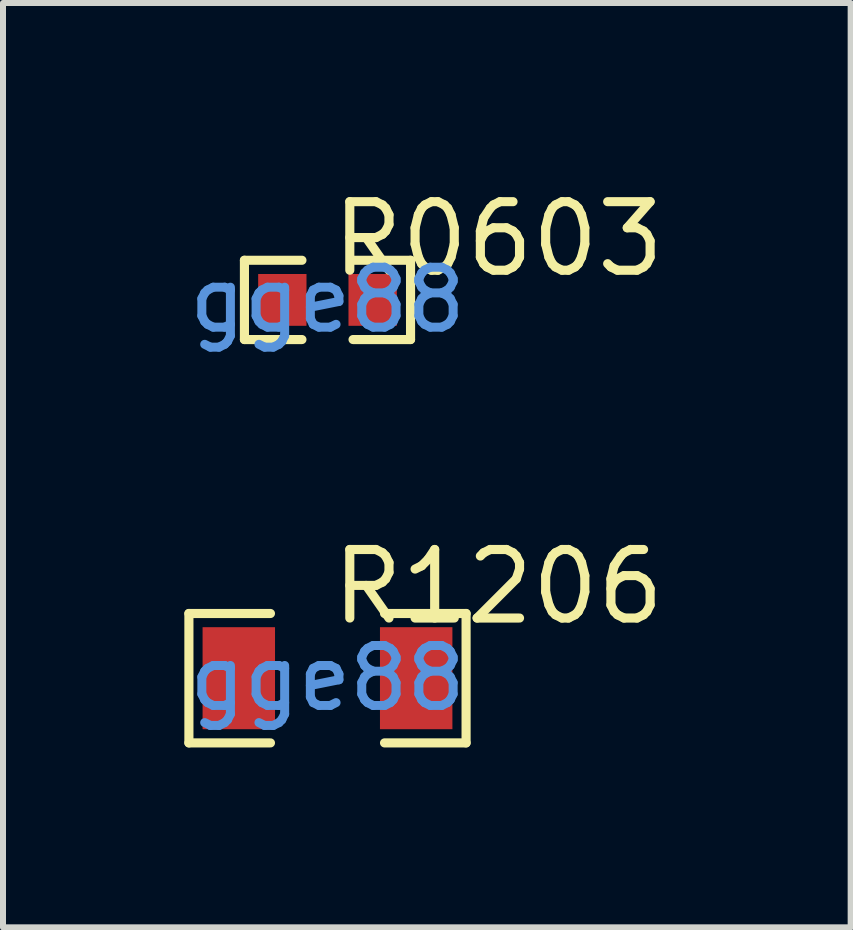
<source format=kicad_pcb>
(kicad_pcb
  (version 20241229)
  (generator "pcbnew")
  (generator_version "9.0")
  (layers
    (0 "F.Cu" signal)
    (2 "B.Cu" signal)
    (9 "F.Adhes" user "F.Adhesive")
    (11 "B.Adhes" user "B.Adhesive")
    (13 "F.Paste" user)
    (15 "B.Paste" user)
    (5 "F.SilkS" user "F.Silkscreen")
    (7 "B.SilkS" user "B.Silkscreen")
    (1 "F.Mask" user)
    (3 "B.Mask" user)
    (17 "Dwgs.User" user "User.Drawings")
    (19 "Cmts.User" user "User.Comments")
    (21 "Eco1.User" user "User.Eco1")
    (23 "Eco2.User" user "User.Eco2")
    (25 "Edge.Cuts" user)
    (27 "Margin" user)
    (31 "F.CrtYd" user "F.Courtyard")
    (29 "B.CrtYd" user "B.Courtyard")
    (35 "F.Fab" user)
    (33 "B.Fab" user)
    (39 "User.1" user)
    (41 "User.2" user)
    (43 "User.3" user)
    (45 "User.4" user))
  (footprint "R1206"
    (layer "F.Cu")
    (at 2.411 8.259)
    (property "Reference" "R1206" (at 0 -1.524 0) (layer "F.SilkS") (effects (font (size 1.143 1.143) (thickness 0.152)) (justify left)))
    (attr smd)
    (fp_line (start -2.311 -1.079) (end -0.951 -1.079) (stroke (width 0.152) (type solid)) (layer "F.SilkS"))
    (fp_line (start -2.311 1.079) (end -2.311 -1.079) (stroke (width 0.152) (type solid)) (layer "F.SilkS"))
    (fp_line (start -0.951 1.079) (end -2.311 1.079) (stroke (width 0.152) (type solid)) (layer "F.SilkS"))
    (fp_line (start 0.951 1.079) (end 2.311 1.079) (stroke (width 0.152) (type solid)) (layer "F.SilkS"))
    (fp_line (start 2.311 -1.079) (end 0.951 -1.079) (stroke (width 0.152) (type solid)) (layer "F.SilkS"))
    (fp_line (start 2.311 1.079) (end 2.311 -1.079) (stroke (width 0.152) (type solid)) (layer "F.SilkS"))
    (fp_poly (pts (xy -0.875 0.75) (xy -0.875 0.389) (xy -0.975 0.289) (xy -1.186 0.289) (xy -1.286 0.189) (xy -1.286 -0.189) (xy -1.186 -0.289) (xy -0.975 -0.289) (xy -0.875 -0.389) (xy -0.875 -0.75) (xy -0.975 -0.85) (xy -1.983 -0.85) (xy -2.083 -0.75) (xy -2.083 0.75) (xy -1.983 0.85) (xy -0.975 0.85)) (stroke (width 0) (type solid)) (fill yes) (layer "F.Paste"))
    (fp_poly (pts (xy 0.875 0.75) (xy 0.875 0.389) (xy 0.975 0.289) (xy 1.186 0.289) (xy 1.286 0.189) (xy 1.286 -0.189) (xy 1.186 -0.289) (xy 0.975 -0.289) (xy 0.875 -0.389) (xy 0.875 -0.75) (xy 0.975 -0.85) (xy 1.983 -0.85) (xy 2.083 -0.75) (xy 2.083 0.75) (xy 1.983 0.85) (xy 0.975 0.85)) (stroke (width 0) (type solid)) (fill yes) (layer "F.Paste"))
    (fp_text user "gge88" (at 0 0 0) (layer "Cmts.User") (effects (font (size 1 1) (thickness 0.15))))
    (pad "1" smd rect (at -1.479 0) (size 1.208 1.701) (layers "F.Cu" "F.Mask" "F.Paste"))
    (pad "2" smd rect (at 1.479 0) (size 1.208 1.701) (layers "F.Cu" "F.Mask" "F.Paste")))
  (footprint "R0603"
    (layer "F.Cu")
    (at 2.411 1.951)
    (property "Reference" "R0603" (at 0 -1.016 0) (layer "F.SilkS") (effects (font (size 1.143 1.143) (thickness 0.152)) (justify left)))
    (attr smd)
    (fp_line (start -1.385 -0.661) (end -0.426 -0.661) (stroke (width 0.152) (type solid)) (layer "F.SilkS"))
    (fp_line (start -1.385 0.661) (end -1.385 -0.661) (stroke (width 0.152) (type solid)) (layer "F.SilkS"))
    (fp_line (start -0.426 0.661) (end -1.385 0.661) (stroke (width 0.152) (type solid)) (layer "F.SilkS"))
    (fp_line (start 0.426 0.661) (end 1.385 0.661) (stroke (width 0.152) (type solid)) (layer "F.SilkS"))
    (fp_line (start 1.385 -0.661) (end 0.426 -0.661) (stroke (width 0.152) (type solid)) (layer "F.SilkS"))
    (fp_line (start 1.385 0.661) (end 1.385 -0.661) (stroke (width 0.152) (type solid)) (layer "F.SilkS"))
    (fp_poly (pts (xy -0.355 -0.4) (xy -0.355 -0.172) (xy -0.735 -0.172) (xy -0.735 0.158) (xy -0.355 0.158) (xy -0.355 0.4) (xy -0.405 0.45) (xy -1.195 0.45) (xy -1.245 0.4) (xy -1.245 -0.4) (xy -1.195 -0.45) (xy -0.405 -0.45)) (stroke (width 0) (type solid)) (fill yes) (layer "F.Paste"))
    (fp_poly (pts (xy 1.195 -0.45) (xy 0.395 -0.45) (xy 0.345 -0.4) (xy 0.345 -0.172) (xy 0.715 -0.172) (xy 0.715 0.158) (xy 0.345 0.158) (xy 0.345 0.4) (xy 0.395 0.45) (xy 1.195 0.45) (xy 1.245 0.4) (xy 1.245 -0.4)) (stroke (width 0) (type solid)) (fill yes) (layer "F.Paste"))
    (fp_text user "gge88" (at 0 0 0) (layer "Cmts.User") (effects (font (size 1 1) (thickness 0.15))))
    (pad "1" smd rect (at -0.753 0) (size 0.806 0.864) (layers "F.Cu" "F.Mask" "F.Paste"))
    (pad "2" smd rect (at 0.753 0) (size 0.806 0.864) (layers "F.Cu" "F.Mask" "F.Paste")))
  (gr_rect
    (start -3 -3)
    (end 11.135 12.414)
    (stroke (width 0.1) (type default))
    (fill no)
    (layer "Edge.Cuts")))
</source>
